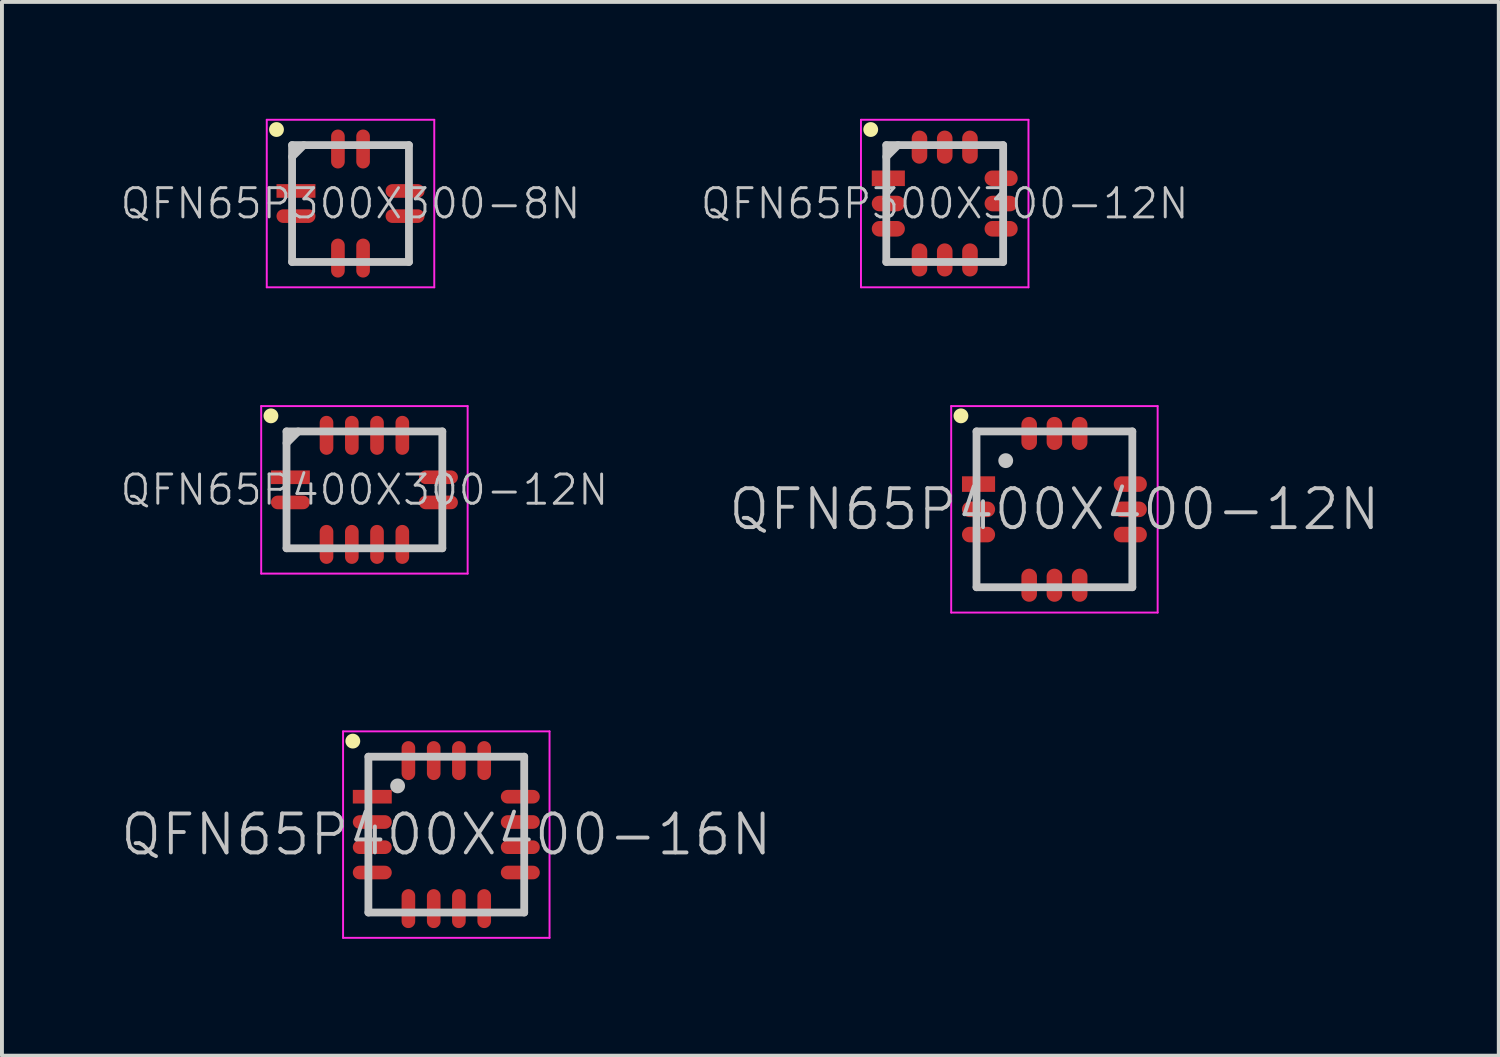
<source format=kicad_pcb>
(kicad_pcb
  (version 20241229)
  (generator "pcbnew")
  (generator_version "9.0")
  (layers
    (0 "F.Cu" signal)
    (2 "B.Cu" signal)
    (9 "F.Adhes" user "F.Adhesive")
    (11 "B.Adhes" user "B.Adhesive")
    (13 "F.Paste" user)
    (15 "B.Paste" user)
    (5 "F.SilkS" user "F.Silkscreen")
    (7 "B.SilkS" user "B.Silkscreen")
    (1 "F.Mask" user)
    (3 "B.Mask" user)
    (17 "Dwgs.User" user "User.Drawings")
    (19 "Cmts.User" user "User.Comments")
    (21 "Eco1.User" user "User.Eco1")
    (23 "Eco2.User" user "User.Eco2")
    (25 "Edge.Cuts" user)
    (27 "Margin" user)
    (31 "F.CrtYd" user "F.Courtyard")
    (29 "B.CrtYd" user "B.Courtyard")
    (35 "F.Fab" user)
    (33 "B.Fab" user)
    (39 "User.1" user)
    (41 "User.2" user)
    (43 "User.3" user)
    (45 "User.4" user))
  (footprint "QFN65P300X300-12N"
    (layer "F.Cu")
    (at 21.202 2.175)
    (property "Reference" "QFN65P300X300-12N" (at 0 0 0) (layer "Dwgs.User") (effects (font (size 0.75 0.75) (thickness 0.075))))
    (attr smd)
    (fp_line (start -1.9 -1.9) (end -1.9 -1.9) (stroke (width 0.381) (type solid)) (layer "F.SilkS"))
    (fp_line (start -1.5 -1.5) (end -1.5 1.5) (stroke (width 0.2) (type solid)) (layer "Dwgs.User"))
    (fp_line (start -1.5 -1.5) (end 1.5 -1.5) (stroke (width 0.2) (type solid)) (layer "Dwgs.User"))
    (fp_line (start -1.5 -1.2) (end -1.2 -1.5) (stroke (width 0.2) (type solid)) (layer "Dwgs.User"))
    (fp_line (start -1.5 1.5) (end 1.5 1.5) (stroke (width 0.2) (type solid)) (layer "Dwgs.User"))
    (fp_line (start 1.5 -1.5) (end 1.5 1.5) (stroke (width 0.2) (type solid)) (layer "Dwgs.User"))
    (fp_line (start -2.15 -2.15) (end -2.15 2.15) (stroke (width 0.05) (type solid)) (layer "F.CrtYd"))
    (fp_line (start -2.15 -2.15) (end 2.15 -2.15) (stroke (width 0.05) (type solid)) (layer "F.CrtYd"))
    (fp_line (start -2.15 2.15) (end 2.15 2.15) (stroke (width 0.05) (type solid)) (layer "F.CrtYd"))
    (fp_line (start 2.15 -2.15) (end 2.15 2.15) (stroke (width 0.05) (type solid)) (layer "F.CrtYd"))
    (pad "1" smd rect (at -1.448 -0.648 90) (size 0.4 0.85) (layers "F.Cu" "F.Mask" "F.Paste"))
    (pad "2" smd oval (at -1.448 0 90) (size 0.4 0.85) (layers "F.Cu" "F.Mask" "F.Paste"))
    (pad "3" smd oval (at -1.448 0.648 90) (size 0.4 0.85) (layers "F.Cu" "F.Mask" "F.Paste"))
    (pad "4" smd oval (at -0.648 1.448 180) (size 0.4 0.85) (layers "F.Cu" "F.Mask" "F.Paste"))
    (pad "5" smd oval (at 0 1.448 180) (size 0.4 0.85) (layers "F.Cu" "F.Mask" "F.Paste"))
    (pad "6" smd oval (at 0.648 1.448 180) (size 0.4 0.85) (layers "F.Cu" "F.Mask" "F.Paste"))
    (pad "7" smd oval (at 1.448 0.648 270) (size 0.4 0.85) (layers "F.Cu" "F.Mask" "F.Paste"))
    (pad "8" smd oval (at 1.448 0 270) (size 0.4 0.85) (layers "F.Cu" "F.Mask" "F.Paste"))
    (pad "9" smd oval (at 1.448 -0.648 270) (size 0.4 0.85) (layers "F.Cu" "F.Mask" "F.Paste"))
    (pad "10" smd oval (at 0.648 -1.448) (size 0.4 0.85) (layers "F.Cu" "F.Mask" "F.Paste"))
    (pad "11" smd oval (at 0 -1.448) (size 0.4 0.85) (layers "F.Cu" "F.Mask" "F.Paste"))
    (pad "12" smd oval (at -0.648 -1.448) (size 0.4 0.85) (layers "F.Cu" "F.Mask" "F.Paste")))
  (footprint "QFN65P400X400-16N"
    (layer "F.Cu")
    (at 8.407 18.375)
    (property "Reference" "QFN65P400X400-16N" (at 0 0 0) (layer "Dwgs.User") (effects (font (size 1 1) (thickness 0.1))))
    (attr smd)
    (fp_line (start -2.4 -2.4) (end -2.4 -2.4) (stroke (width 0.381) (type solid)) (layer "F.SilkS"))
    (fp_line (start -2 -2) (end -2 2) (stroke (width 0.2) (type solid)) (layer "Dwgs.User"))
    (fp_line (start -2 -2) (end 2 -2) (stroke (width 0.2) (type solid)) (layer "Dwgs.User"))
    (fp_line (start -2 2) (end 2 2) (stroke (width 0.2) (type solid)) (layer "Dwgs.User"))
    (fp_line (start -1.25 -1.25) (end -1.25 -1.25) (stroke (width 0.381) (type solid)) (layer "Dwgs.User"))
    (fp_line (start 2 -2) (end 2 2) (stroke (width 0.2) (type solid)) (layer "Dwgs.User"))
    (fp_line (start -2.65 -2.65) (end -2.65 2.65) (stroke (width 0.05) (type solid)) (layer "F.CrtYd"))
    (fp_line (start -2.65 -2.65) (end 2.65 -2.65) (stroke (width 0.05) (type solid)) (layer "F.CrtYd"))
    (fp_line (start -2.65 2.65) (end 2.65 2.65) (stroke (width 0.05) (type solid)) (layer "F.CrtYd"))
    (fp_line (start 2.65 -2.65) (end 2.65 2.65) (stroke (width 0.05) (type solid)) (layer "F.CrtYd"))
    (pad "1" smd rect (at -1.9 -0.973 90) (size 0.35 1) (layers "F.Cu" "F.Mask" "F.Paste"))
    (pad "2" smd oval (at -1.9 -0.323 90) (size 0.35 1) (layers "F.Cu" "F.Mask" "F.Paste"))
    (pad "3" smd oval (at -1.9 0.323 90) (size 0.35 1) (layers "F.Cu" "F.Mask" "F.Paste"))
    (pad "4" smd oval (at -1.9 0.973 90) (size 0.35 1) (layers "F.Cu" "F.Mask" "F.Paste"))
    (pad "5" smd oval (at -0.973 1.9 180) (size 0.35 1) (layers "F.Cu" "F.Mask" "F.Paste"))
    (pad "6" smd oval (at -0.323 1.9 180) (size 0.35 1) (layers "F.Cu" "F.Mask" "F.Paste"))
    (pad "7" smd oval (at 0.323 1.9 180) (size 0.35 1) (layers "F.Cu" "F.Mask" "F.Paste"))
    (pad "8" smd oval (at 0.973 1.9 180) (size 0.35 1) (layers "F.Cu" "F.Mask" "F.Paste"))
    (pad "9" smd oval (at 1.9 0.973 270) (size 0.35 1) (layers "F.Cu" "F.Mask" "F.Paste"))
    (pad "10" smd oval (at 1.9 0.323 270) (size 0.35 1) (layers "F.Cu" "F.Mask" "F.Paste"))
    (pad "11" smd oval (at 1.9 -0.323 270) (size 0.35 1) (layers "F.Cu" "F.Mask" "F.Paste"))
    (pad "12" smd oval (at 1.9 -0.973 270) (size 0.35 1) (layers "F.Cu" "F.Mask" "F.Paste"))
    (pad "13" smd oval (at 0.973 -1.9) (size 0.35 1) (layers "F.Cu" "F.Mask" "F.Paste"))
    (pad "14" smd oval (at 0.323 -1.9) (size 0.35 1) (layers "F.Cu" "F.Mask" "F.Paste"))
    (pad "15" smd oval (at -0.323 -1.9) (size 0.35 1) (layers "F.Cu" "F.Mask" "F.Paste"))
    (pad "16" smd oval (at -0.973 -1.9) (size 0.35 1) (layers "F.Cu" "F.Mask" "F.Paste")))
  (footprint "QFN65P400X400-12N"
    (layer "F.Cu")
    (at 24.018 10.025)
    (property "Reference" "QFN65P400X400-12N" (at 0 0 0) (layer "Dwgs.User") (effects (font (size 1 1) (thickness 0.1))))
    (attr smd)
    (fp_line (start -2.4 -2.4) (end -2.4 -2.4) (stroke (width 0.381) (type solid)) (layer "F.SilkS"))
    (fp_line (start -2 -2) (end -2 2) (stroke (width 0.2) (type solid)) (layer "Dwgs.User"))
    (fp_line (start -2 -2) (end 2 -2) (stroke (width 0.2) (type solid)) (layer "Dwgs.User"))
    (fp_line (start -2 2) (end 2 2) (stroke (width 0.2) (type solid)) (layer "Dwgs.User"))
    (fp_line (start -1.25 -1.25) (end -1.25 -1.25) (stroke (width 0.381) (type solid)) (layer "Dwgs.User"))
    (fp_line (start 2 -2) (end 2 2) (stroke (width 0.2) (type solid)) (layer "Dwgs.User"))
    (fp_line (start -2.65 -2.65) (end -2.65 2.65) (stroke (width 0.05) (type solid)) (layer "F.CrtYd"))
    (fp_line (start -2.65 -2.65) (end 2.65 -2.65) (stroke (width 0.05) (type solid)) (layer "F.CrtYd"))
    (fp_line (start -2.65 2.65) (end 2.65 2.65) (stroke (width 0.05) (type solid)) (layer "F.CrtYd"))
    (fp_line (start 2.65 -2.65) (end 2.65 2.65) (stroke (width 0.05) (type solid)) (layer "F.CrtYd"))
    (pad "1" smd rect (at -1.948 -0.648 90) (size 0.4 0.85) (layers "F.Cu" "F.Mask" "F.Paste"))
    (pad "2" smd oval (at -1.948 0 90) (size 0.4 0.85) (layers "F.Cu" "F.Mask" "F.Paste"))
    (pad "3" smd oval (at -1.948 0.648 90) (size 0.4 0.85) (layers "F.Cu" "F.Mask" "F.Paste"))
    (pad "4" smd oval (at -0.648 1.948 180) (size 0.4 0.85) (layers "F.Cu" "F.Mask" "F.Paste"))
    (pad "5" smd oval (at 0 1.948 180) (size 0.4 0.85) (layers "F.Cu" "F.Mask" "F.Paste"))
    (pad "6" smd oval (at 0.648 1.948 180) (size 0.4 0.85) (layers "F.Cu" "F.Mask" "F.Paste"))
    (pad "7" smd oval (at 1.948 0.648 270) (size 0.4 0.85) (layers "F.Cu" "F.Mask" "F.Paste"))
    (pad "8" smd oval (at 1.948 0 270) (size 0.4 0.85) (layers "F.Cu" "F.Mask" "F.Paste"))
    (pad "9" smd oval (at 1.948 -0.648 270) (size 0.4 0.85) (layers "F.Cu" "F.Mask" "F.Paste"))
    (pad "10" smd oval (at 0.648 -1.948) (size 0.4 0.85) (layers "F.Cu" "F.Mask" "F.Paste"))
    (pad "11" smd oval (at 0 -1.948) (size 0.4 0.85) (layers "F.Cu" "F.Mask" "F.Paste"))
    (pad "12" smd oval (at -0.648 -1.948) (size 0.4 0.85) (layers "F.Cu" "F.Mask" "F.Paste")))
  (footprint "QFN65P300X300-8N"
    (layer "F.Cu")
    (at 5.948 2.175)
    (property "Reference" "QFN65P300X300-8N" (at 0 0 0) (layer "Dwgs.User") (effects (font (size 0.75 0.75) (thickness 0.075))))
    (attr smd)
    (fp_line (start -1.9 -1.9) (end -1.9 -1.9) (stroke (width 0.381) (type solid)) (layer "F.SilkS"))
    (fp_line (start -1.5 -1.5) (end -1.5 1.5) (stroke (width 0.2) (type solid)) (layer "Dwgs.User"))
    (fp_line (start -1.5 -1.5) (end 1.5 -1.5) (stroke (width 0.2) (type solid)) (layer "Dwgs.User"))
    (fp_line (start -1.5 -1.2) (end -1.2 -1.5) (stroke (width 0.2) (type solid)) (layer "Dwgs.User"))
    (fp_line (start -1.5 1.5) (end 1.5 1.5) (stroke (width 0.2) (type solid)) (layer "Dwgs.User"))
    (fp_line (start 1.5 -1.5) (end 1.5 1.5) (stroke (width 0.2) (type solid)) (layer "Dwgs.User"))
    (fp_line (start -2.15 -2.15) (end -2.15 2.15) (stroke (width 0.05) (type solid)) (layer "F.CrtYd"))
    (fp_line (start -2.15 -2.15) (end 2.15 -2.15) (stroke (width 0.05) (type solid)) (layer "F.CrtYd"))
    (fp_line (start -2.15 2.15) (end 2.15 2.15) (stroke (width 0.05) (type solid)) (layer "F.CrtYd"))
    (fp_line (start 2.15 -2.15) (end 2.15 2.15) (stroke (width 0.05) (type solid)) (layer "F.CrtYd"))
    (pad "1" smd rect (at -1.4 -0.323 90) (size 0.35 1) (layers "F.Cu" "F.Mask" "F.Paste"))
    (pad "2" smd oval (at -1.4 0.323 90) (size 0.35 1) (layers "F.Cu" "F.Mask" "F.Paste"))
    (pad "3" smd oval (at -0.323 1.4 180) (size 0.35 1) (layers "F.Cu" "F.Mask" "F.Paste"))
    (pad "4" smd oval (at 0.323 1.4 180) (size 0.35 1) (layers "F.Cu" "F.Mask" "F.Paste"))
    (pad "5" smd oval (at 1.4 0.323 270) (size 0.35 1) (layers "F.Cu" "F.Mask" "F.Paste"))
    (pad "6" smd oval (at 1.4 -0.323 270) (size 0.35 1) (layers "F.Cu" "F.Mask" "F.Paste"))
    (pad "7" smd oval (at 0.323 -1.4) (size 0.35 1) (layers "F.Cu" "F.Mask" "F.Paste"))
    (pad "8" smd oval (at -0.323 -1.4) (size 0.35 1) (layers "F.Cu" "F.Mask" "F.Paste")))
  (footprint "QFN65P400X300-12N"
    (layer "F.Cu")
    (at 6.305 9.525)
    (property "Reference" "QFN65P400X300-12N" (at 0 0 0) (layer "Dwgs.User") (effects (font (size 0.75 0.75) (thickness 0.075))))
    (attr smd)
    (fp_line (start -2.4 -1.9) (end -2.4 -1.9) (stroke (width 0.381) (type solid)) (layer "F.SilkS"))
    (fp_line (start -2 -1.5) (end -2 1.5) (stroke (width 0.2) (type solid)) (layer "Dwgs.User"))
    (fp_line (start -2 -1.5) (end 2 -1.5) (stroke (width 0.2) (type solid)) (layer "Dwgs.User"))
    (fp_line (start -2 -1.2) (end -1.7 -1.5) (stroke (width 0.2) (type solid)) (layer "Dwgs.User"))
    (fp_line (start -2 1.5) (end 2 1.5) (stroke (width 0.2) (type solid)) (layer "Dwgs.User"))
    (fp_line (start 2 -1.5) (end 2 1.5) (stroke (width 0.2) (type solid)) (layer "Dwgs.User"))
    (fp_line (start -2.65 -2.15) (end -2.65 2.15) (stroke (width 0.05) (type solid)) (layer "F.CrtYd"))
    (fp_line (start -2.65 -2.15) (end 2.65 -2.15) (stroke (width 0.05) (type solid)) (layer "F.CrtYd"))
    (fp_line (start -2.65 2.15) (end 2.65 2.15) (stroke (width 0.05) (type solid)) (layer "F.CrtYd"))
    (fp_line (start 2.65 -2.15) (end 2.65 2.15) (stroke (width 0.05) (type solid)) (layer "F.CrtYd"))
    (pad "1" smd rect (at -1.9 -0.323 90) (size 0.35 1) (layers "F.Cu" "F.Mask" "F.Paste"))
    (pad "2" smd oval (at -1.9 0.323 90) (size 0.35 1) (layers "F.Cu" "F.Mask" "F.Paste"))
    (pad "3" smd oval (at -0.973 1.4 180) (size 0.35 1) (layers "F.Cu" "F.Mask" "F.Paste"))
    (pad "4" smd oval (at -0.323 1.4 180) (size 0.35 1) (layers "F.Cu" "F.Mask" "F.Paste"))
    (pad "5" smd oval (at 0.323 1.4 180) (size 0.35 1) (layers "F.Cu" "F.Mask" "F.Paste"))
    (pad "6" smd oval (at 0.973 1.4 180) (size 0.35 1) (layers "F.Cu" "F.Mask" "F.Paste"))
    (pad "7" smd oval (at 1.9 0.323 270) (size 0.35 1) (layers "F.Cu" "F.Mask" "F.Paste"))
    (pad "8" smd oval (at 1.9 -0.323 270) (size 0.35 1) (layers "F.Cu" "F.Mask" "F.Paste"))
    (pad "9" smd oval (at 0.973 -1.4) (size 0.35 1) (layers "F.Cu" "F.Mask" "F.Paste"))
    (pad "10" smd oval (at 0.323 -1.4) (size 0.35 1) (layers "F.Cu" "F.Mask" "F.Paste"))
    (pad "11" smd oval (at -0.323 -1.4) (size 0.35 1) (layers "F.Cu" "F.Mask" "F.Paste"))
    (pad "12" smd oval (at -0.973 -1.4) (size 0.35 1) (layers "F.Cu" "F.Mask" "F.Paste")))
  (gr_rect
    (start -3 -3)
    (end 35.425 24.05)
    (stroke (width 0.1) (type default))
    (fill no)
    (layer "Edge.Cuts")))
</source>
